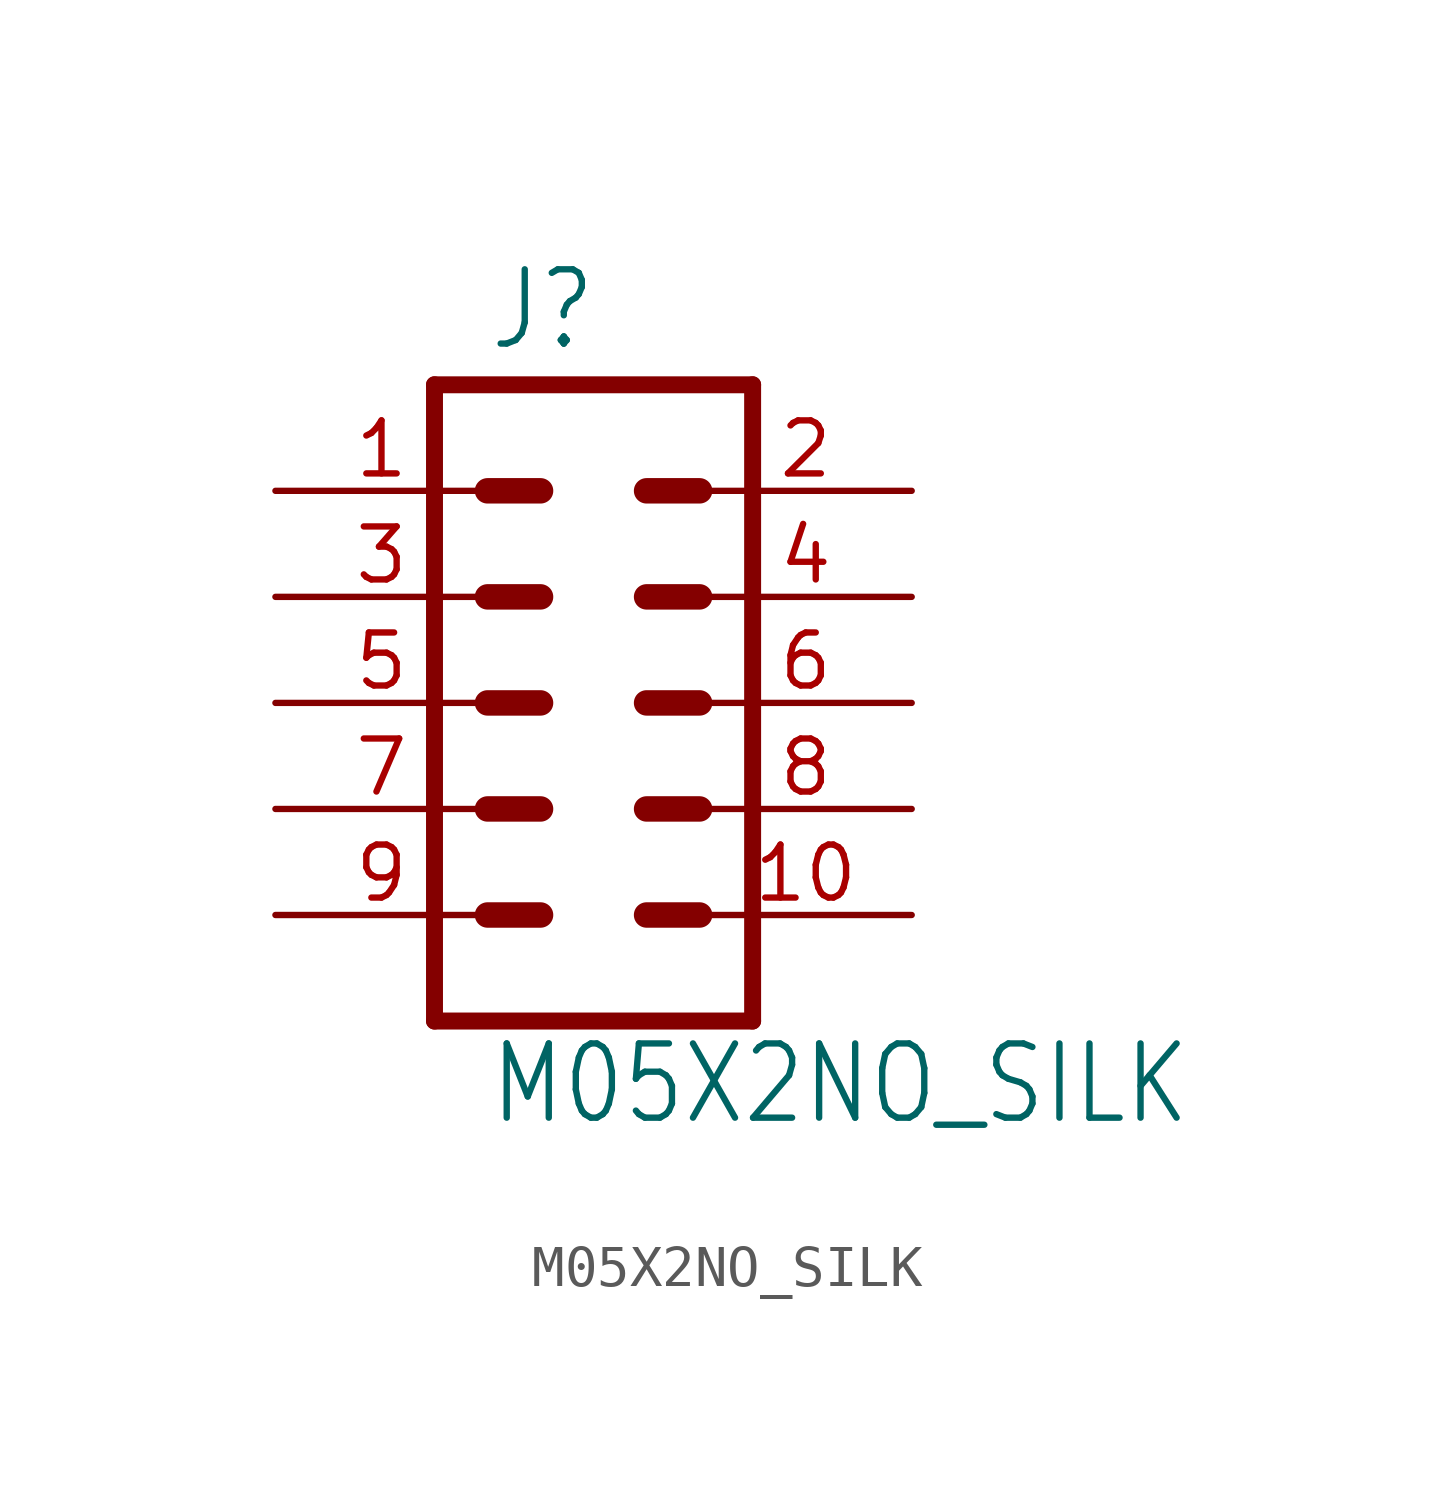
<source format=kicad_sym>
(kicad_symbol_lib
  (version 20220914)
  (generator kicad_symbol_editor)
  (symbol "M05X2NO_SILK"
    (property "Reference" "J"
      (at -2.54 8.382 0)
      (effects (font (size 1.778 1.511)) (justify left bottom)))
    (property "Value" "M05X2NO_SILK"
      (at -2.54 -10.16 0)
      (effects (font (size 1.778 1.511)) (justify left bottom)))
    (property "ki_locked" ""
      (at 0 0 0)
      (effects (font (size 1.27 1.27))))
    (symbol "M05X2NO_SILK_1_0"
      (polyline (pts (xy -3.81 7.62) (xy -3.81 -7.62)) (stroke (width 0.406) (type default)) (fill (type none)))
      (polyline (pts (xy -3.81 7.62) (xy 3.81 7.62)) (stroke (width 0.406) (type default)) (fill (type none)))
      (polyline (pts (xy -1.27 -5.08) (xy -2.54 -5.08)) (stroke (width 0.61) (type default)) (fill (type none)))
      (polyline (pts (xy -1.27 -2.54) (xy -2.54 -2.54)) (stroke (width 0.61) (type default)) (fill (type none)))
      (polyline (pts (xy -1.27 0) (xy -2.54 0)) (stroke (width 0.61) (type default)) (fill (type none)))
      (polyline (pts (xy -1.27 2.54) (xy -2.54 2.54)) (stroke (width 0.61) (type default)) (fill (type none)))
      (polyline (pts (xy -1.27 5.08) (xy -2.54 5.08)) (stroke (width 0.61) (type default)) (fill (type none)))
      (polyline (pts (xy 1.27 -5.08) (xy 2.54 -5.08)) (stroke (width 0.61) (type default)) (fill (type none)))
      (polyline (pts (xy 1.27 -2.54) (xy 2.54 -2.54)) (stroke (width 0.61) (type default)) (fill (type none)))
      (polyline (pts (xy 1.27 0) (xy 2.54 0)) (stroke (width 0.61) (type default)) (fill (type none)))
      (polyline (pts (xy 1.27 2.54) (xy 2.54 2.54)) (stroke (width 0.61) (type default)) (fill (type none)))
      (polyline (pts (xy 1.27 5.08) (xy 2.54 5.08)) (stroke (width 0.61) (type default)) (fill (type none)))
      (polyline (pts (xy 3.81 -7.62) (xy -3.81 -7.62)) (stroke (width 0.406) (type default)) (fill (type none)))
      (polyline (pts (xy 3.81 -7.62) (xy 3.81 7.62)) (stroke (width 0.406) (type default)) (fill (type none)))
      (pin passive line (at -7.62 5.08 0) (length 5.08) (name "1" (effects (font (size 0 0)))) (number "1" (effects (font (size 1.27 1.27)))))
      (pin passive line (at 7.62 -5.08 180) (length 5.08) (name "10" (effects (font (size 0 0)))) (number "10" (effects (font (size 1.27 1.27)))))
      (pin passive line (at 7.62 5.08 180) (length 5.08) (name "2" (effects (font (size 0 0)))) (number "2" (effects (font (size 1.27 1.27)))))
      (pin passive line (at -7.62 2.54 0) (length 5.08) (name "3" (effects (font (size 0 0)))) (number "3" (effects (font (size 1.27 1.27)))))
      (pin passive line (at 7.62 2.54 180) (length 5.08) (name "4" (effects (font (size 0 0)))) (number "4" (effects (font (size 1.27 1.27)))))
      (pin passive line (at -7.62 0 0) (length 5.08) (name "5" (effects (font (size 0 0)))) (number "5" (effects (font (size 1.27 1.27)))))
      (pin passive line (at 7.62 0 180) (length 5.08) (name "6" (effects (font (size 0 0)))) (number "6" (effects (font (size 1.27 1.27)))))
      (pin passive line (at -7.62 -2.54 0) (length 5.08) (name "7" (effects (font (size 0 0)))) (number "7" (effects (font (size 1.27 1.27)))))
      (pin passive line (at 7.62 -2.54 180) (length 5.08) (name "8" (effects (font (size 0 0)))) (number "8" (effects (font (size 1.27 1.27)))))
      (pin passive line (at -7.62 -5.08 0) (length 5.08) (name "9" (effects (font (size 0 0)))) (number "9" (effects (font (size 1.27 1.27))))))))
</source>
